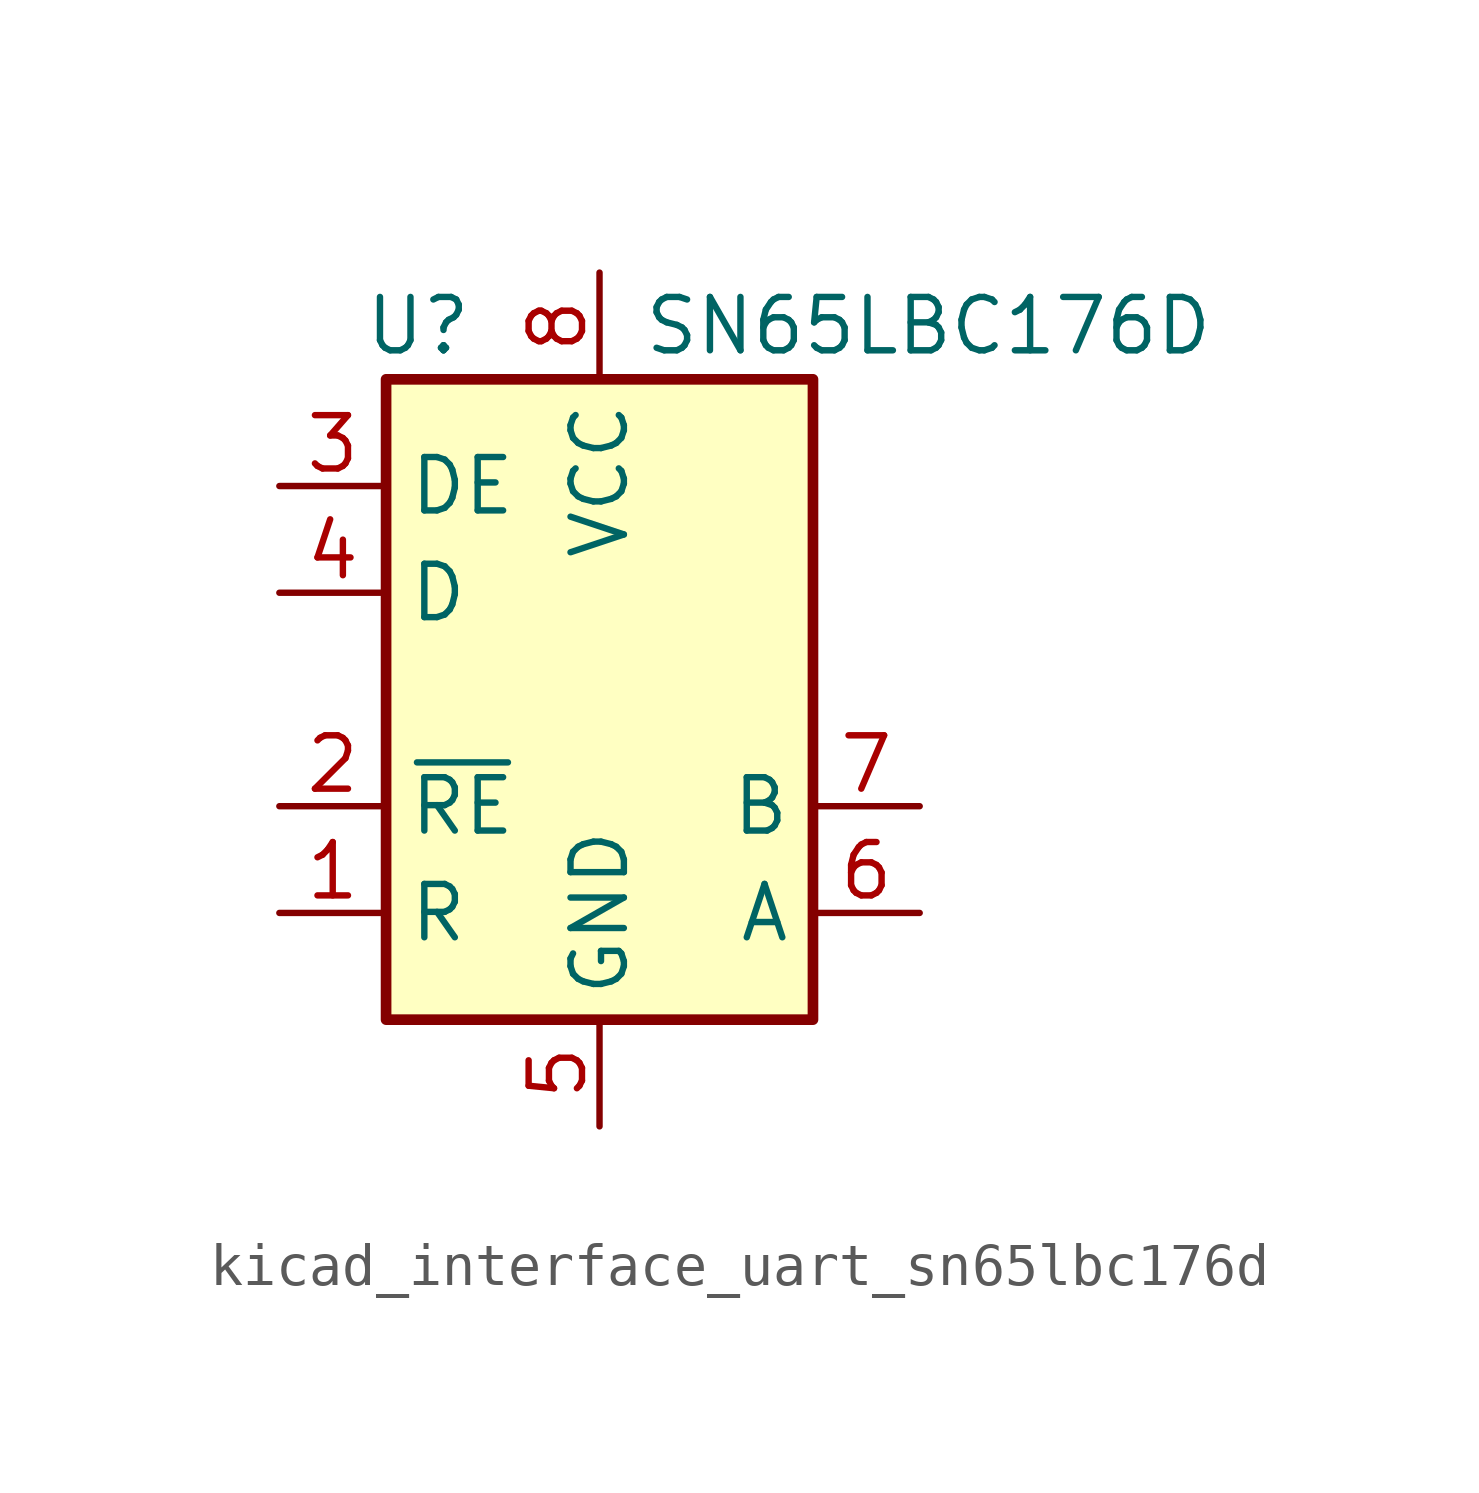
<source format=kicad_sym>
(kicad_symbol_lib
  (version 20220914)
  (generator kicad_symbol_editor)
  (symbol "kicad_interface_uart_sn65lbc176d"
    (property "Reference" "U"
      (at -4.318 8.89 0)
      (effects (font (size 1.27 1.27))))
    (property "Value" "SN65LBC176D"
      (at 1.016 8.89 0)
      (effects (font (size 1.27 1.27)) (justify left)))
    (symbol "kicad_interface_uart_sn65lbc176d_0_1"
      (rectangle (start -5.08 7.62) (end 5.08 -7.62) (stroke (width 0.254) (type default)) (fill (type background))))
    (symbol "kicad_interface_uart_sn65lbc176d_1_1"
      (pin output line (at -7.62 -5.08 0) (length 2.54) (name "R" (effects (font (size 1.27 1.27)))) (number "1" (effects (font (size 1.27 1.27)))))
      (pin input line (at -7.62 -2.54 0) (length 2.54) (name "~{RE}" (effects (font (size 1.27 1.27)))) (number "2" (effects (font (size 1.27 1.27)))))
      (pin input line (at -7.62 5.08 0) (length 2.54) (name "DE" (effects (font (size 1.27 1.27)))) (number "3" (effects (font (size 1.27 1.27)))))
      (pin input line (at -7.62 2.54 0) (length 2.54) (name "D" (effects (font (size 1.27 1.27)))) (number "4" (effects (font (size 1.27 1.27)))))
      (pin power_in line (at 0 -10.16 90) (length 2.54) (name "GND" (effects (font (size 1.27 1.27)))) (number "5" (effects (font (size 1.27 1.27)))))
      (pin bidirectional line (at 7.62 -5.08 180) (length 2.54) (name "A" (effects (font (size 1.27 1.27)))) (number "6" (effects (font (size 1.27 1.27)))))
      (pin bidirectional line (at 7.62 -2.54 180) (length 2.54) (name "B" (effects (font (size 1.27 1.27)))) (number "7" (effects (font (size 1.27 1.27)))))
      (pin power_in line (at 0 10.16 270) (length 2.54) (name "VCC" (effects (font (size 1.27 1.27)))) (number "8" (effects (font (size 1.27 1.27))))))))
</source>
